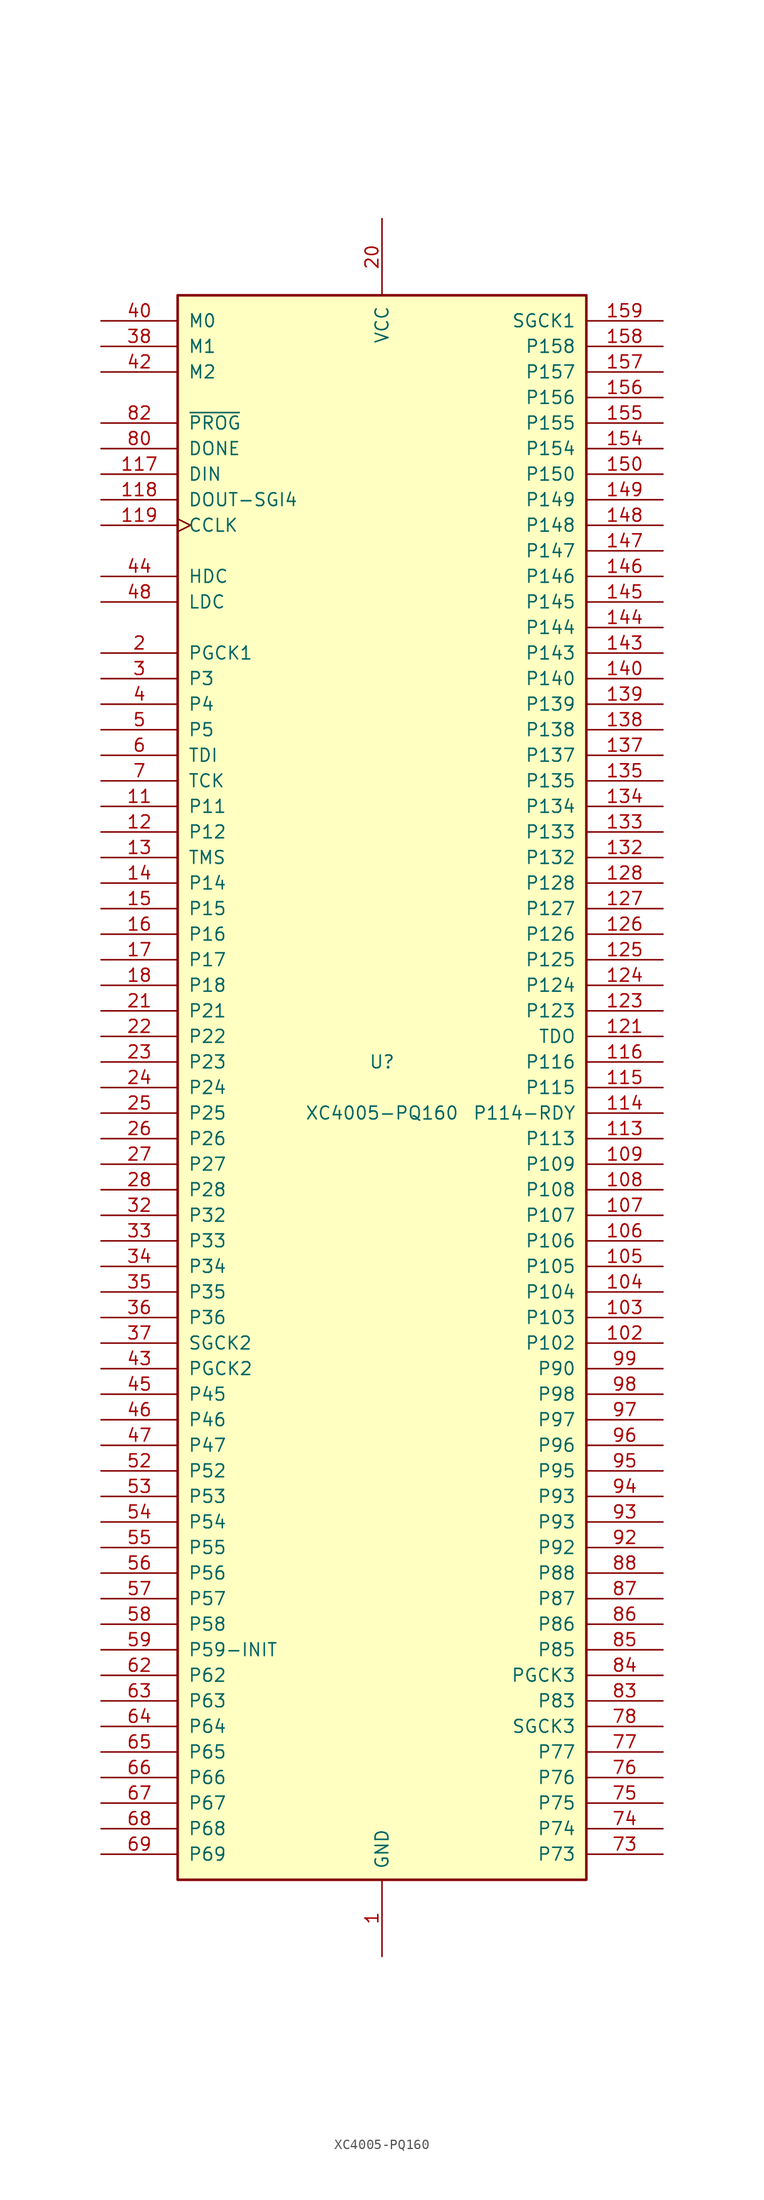
<source format=kicad_sym>
(kicad_symbol_lib
  (version 20231120)
  (generator "kicad_symbol_editor")
  (generator_version "8.0")
  (symbol "XC4005-PQ160"
    (pin_names
      (offset 1.016))
    (property "Reference" "U"
      (at 0 2.54 0)
      (effects (font (size 1.27 1.27))))
    (property "Value" "XC4005-PQ160"
      (at 0 -2.54 0)
      (effects (font (size 1.27 1.27))))
    (symbol "XC4005-PQ160_0_1"
      (rectangle (start -20.32 -78.74) (end 20.32 78.74) (stroke (width 0.254) (type default)) (fill (type background))))
    (symbol "XC4005-PQ160_1_1"
      (pin power_in line (at 0 -86.36 90) (length 7.62) (name "GND" (effects (font (size 1.27 1.27)))) (number "1" (effects (font (size 1.27 1.27)))))
      (pin passive line (at 0 -86.36 90) (length 7.62) hide (name "GND" (effects (font (size 1.27 1.27)))) (number "10" (effects (font (size 1.27 1.27)))))
      (pin passive line (at 0 86.36 270) (length 7.62) hide (name "VCC" (effects (font (size 1.27 1.27)))) (number "100" (effects (font (size 1.27 1.27)))))
      (pin passive line (at 0 -86.36 90) (length 7.62) hide (name "GND" (effects (font (size 1.27 1.27)))) (number "101" (effects (font (size 1.27 1.27)))))
      (pin passive line (at 27.94 -25.4 180) (length 7.62) (name "P102" (effects (font (size 1.27 1.27)))) (number "102" (effects (font (size 1.27 1.27)))))
      (pin passive line (at 27.94 -22.86 180) (length 7.62) (name "P103" (effects (font (size 1.27 1.27)))) (number "103" (effects (font (size 1.27 1.27)))))
      (pin passive line (at 27.94 -20.32 180) (length 7.62) (name "P104" (effects (font (size 1.27 1.27)))) (number "104" (effects (font (size 1.27 1.27)))))
      (pin passive line (at 27.94 -17.78 180) (length 7.62) (name "P105" (effects (font (size 1.27 1.27)))) (number "105" (effects (font (size 1.27 1.27)))))
      (pin passive line (at 27.94 -15.24 180) (length 7.62) (name "P106" (effects (font (size 1.27 1.27)))) (number "106" (effects (font (size 1.27 1.27)))))
      (pin passive line (at 27.94 -12.7 180) (length 7.62) (name "P107" (effects (font (size 1.27 1.27)))) (number "107" (effects (font (size 1.27 1.27)))))
      (pin passive line (at 27.94 -10.16 180) (length 7.62) (name "P108" (effects (font (size 1.27 1.27)))) (number "108" (effects (font (size 1.27 1.27)))))
      (pin passive line (at 27.94 -7.62 180) (length 7.62) (name "P109" (effects (font (size 1.27 1.27)))) (number "109" (effects (font (size 1.27 1.27)))))
      (pin passive line (at -27.94 27.94 0) (length 7.62) (name "P11" (effects (font (size 1.27 1.27)))) (number "11" (effects (font (size 1.27 1.27)))))
      (pin passive line (at 0 -86.36 90) (length 7.62) hide (name "GND" (effects (font (size 1.27 1.27)))) (number "110" (effects (font (size 1.27 1.27)))))
      (pin passive line (at 27.94 -5.08 180) (length 7.62) (name "P113" (effects (font (size 1.27 1.27)))) (number "113" (effects (font (size 1.27 1.27)))))
      (pin passive line (at 27.94 -2.54 180) (length 7.62) (name "P114-RDY" (effects (font (size 1.27 1.27)))) (number "114" (effects (font (size 1.27 1.27)))))
      (pin passive line (at 27.94 0 180) (length 7.62) (name "P115" (effects (font (size 1.27 1.27)))) (number "115" (effects (font (size 1.27 1.27)))))
      (pin passive line (at 27.94 2.54 180) (length 7.62) (name "P116" (effects (font (size 1.27 1.27)))) (number "116" (effects (font (size 1.27 1.27)))))
      (pin input line (at -27.94 60.96 0) (length 7.62) (name "DIN" (effects (font (size 1.27 1.27)))) (number "117" (effects (font (size 1.27 1.27)))))
      (pin passive line (at -27.94 58.42 0) (length 7.62) (name "DOUT-SGI4" (effects (font (size 1.27 1.27)))) (number "118" (effects (font (size 1.27 1.27)))))
      (pin passive clock (at -27.94 55.88 0) (length 7.62) (name "CCLK" (effects (font (size 1.27 1.27)))) (number "119" (effects (font (size 1.27 1.27)))))
      (pin passive line (at -27.94 25.4 0) (length 7.62) (name "P12" (effects (font (size 1.27 1.27)))) (number "12" (effects (font (size 1.27 1.27)))))
      (pin passive line (at 0 86.36 270) (length 7.62) hide (name "VCC" (effects (font (size 1.27 1.27)))) (number "120" (effects (font (size 1.27 1.27)))))
      (pin output line (at 27.94 5.08 180) (length 7.62) (name "TDO" (effects (font (size 1.27 1.27)))) (number "121" (effects (font (size 1.27 1.27)))))
      (pin passive line (at 0 -86.36 90) (length 7.62) hide (name "GND" (effects (font (size 1.27 1.27)))) (number "122" (effects (font (size 1.27 1.27)))))
      (pin passive line (at 27.94 7.62 180) (length 7.62) (name "P123" (effects (font (size 1.27 1.27)))) (number "123" (effects (font (size 1.27 1.27)))))
      (pin passive line (at 27.94 10.16 180) (length 7.62) (name "P124" (effects (font (size 1.27 1.27)))) (number "124" (effects (font (size 1.27 1.27)))))
      (pin passive line (at 27.94 12.7 180) (length 7.62) (name "P125" (effects (font (size 1.27 1.27)))) (number "125" (effects (font (size 1.27 1.27)))))
      (pin passive line (at 27.94 15.24 180) (length 7.62) (name "P126" (effects (font (size 1.27 1.27)))) (number "126" (effects (font (size 1.27 1.27)))))
      (pin passive line (at 27.94 17.78 180) (length 7.62) (name "P127" (effects (font (size 1.27 1.27)))) (number "127" (effects (font (size 1.27 1.27)))))
      (pin passive line (at 27.94 20.32 180) (length 7.62) (name "P128" (effects (font (size 1.27 1.27)))) (number "128" (effects (font (size 1.27 1.27)))))
      (pin passive line (at -27.94 22.86 0) (length 7.62) (name "TMS" (effects (font (size 1.27 1.27)))) (number "13" (effects (font (size 1.27 1.27)))))
      (pin passive line (at 0 -86.36 90) (length 7.62) hide (name "GND" (effects (font (size 1.27 1.27)))) (number "131" (effects (font (size 1.27 1.27)))))
      (pin passive line (at 27.94 22.86 180) (length 7.62) (name "P132" (effects (font (size 1.27 1.27)))) (number "132" (effects (font (size 1.27 1.27)))))
      (pin passive line (at 27.94 25.4 180) (length 7.62) (name "P133" (effects (font (size 1.27 1.27)))) (number "133" (effects (font (size 1.27 1.27)))))
      (pin passive line (at 27.94 27.94 180) (length 7.62) (name "P134" (effects (font (size 1.27 1.27)))) (number "134" (effects (font (size 1.27 1.27)))))
      (pin passive line (at 27.94 30.48 180) (length 7.62) (name "P135" (effects (font (size 1.27 1.27)))) (number "135" (effects (font (size 1.27 1.27)))))
      (pin passive line (at 27.94 33.02 180) (length 7.62) (name "P137" (effects (font (size 1.27 1.27)))) (number "137" (effects (font (size 1.27 1.27)))))
      (pin passive line (at 27.94 35.56 180) (length 7.62) (name "P138" (effects (font (size 1.27 1.27)))) (number "138" (effects (font (size 1.27 1.27)))))
      (pin passive line (at 27.94 38.1 180) (length 7.62) (name "P139" (effects (font (size 1.27 1.27)))) (number "139" (effects (font (size 1.27 1.27)))))
      (pin passive line (at -27.94 20.32 0) (length 7.62) (name "P14" (effects (font (size 1.27 1.27)))) (number "14" (effects (font (size 1.27 1.27)))))
      (pin passive line (at 27.94 40.64 180) (length 7.62) (name "P140" (effects (font (size 1.27 1.27)))) (number "140" (effects (font (size 1.27 1.27)))))
      (pin passive line (at 0 -86.36 90) (length 7.62) hide (name "GND" (effects (font (size 1.27 1.27)))) (number "141" (effects (font (size 1.27 1.27)))))
      (pin passive line (at 0 86.36 270) (length 7.62) hide (name "VCC" (effects (font (size 1.27 1.27)))) (number "142" (effects (font (size 1.27 1.27)))))
      (pin passive line (at 27.94 43.18 180) (length 7.62) (name "P143" (effects (font (size 1.27 1.27)))) (number "143" (effects (font (size 1.27 1.27)))))
      (pin passive line (at 27.94 45.72 180) (length 7.62) (name "P144" (effects (font (size 1.27 1.27)))) (number "144" (effects (font (size 1.27 1.27)))))
      (pin passive line (at 27.94 48.26 180) (length 7.62) (name "P145" (effects (font (size 1.27 1.27)))) (number "145" (effects (font (size 1.27 1.27)))))
      (pin passive line (at 27.94 50.8 180) (length 7.62) (name "P146" (effects (font (size 1.27 1.27)))) (number "146" (effects (font (size 1.27 1.27)))))
      (pin passive line (at 27.94 53.34 180) (length 7.62) (name "P147" (effects (font (size 1.27 1.27)))) (number "147" (effects (font (size 1.27 1.27)))))
      (pin passive line (at 27.94 55.88 180) (length 7.62) (name "P148" (effects (font (size 1.27 1.27)))) (number "148" (effects (font (size 1.27 1.27)))))
      (pin passive line (at 27.94 58.42 180) (length 7.62) (name "P149" (effects (font (size 1.27 1.27)))) (number "149" (effects (font (size 1.27 1.27)))))
      (pin passive line (at -27.94 17.78 0) (length 7.62) (name "P15" (effects (font (size 1.27 1.27)))) (number "15" (effects (font (size 1.27 1.27)))))
      (pin passive line (at 27.94 60.96 180) (length 7.62) (name "P150" (effects (font (size 1.27 1.27)))) (number "150" (effects (font (size 1.27 1.27)))))
      (pin passive line (at 0 -86.36 90) (length 7.62) hide (name "GND" (effects (font (size 1.27 1.27)))) (number "151" (effects (font (size 1.27 1.27)))))
      (pin passive line (at 27.94 63.5 180) (length 7.62) (name "P154" (effects (font (size 1.27 1.27)))) (number "154" (effects (font (size 1.27 1.27)))))
      (pin passive line (at 27.94 66.04 180) (length 7.62) (name "P155" (effects (font (size 1.27 1.27)))) (number "155" (effects (font (size 1.27 1.27)))))
      (pin passive line (at 27.94 68.58 180) (length 7.62) (name "P156" (effects (font (size 1.27 1.27)))) (number "156" (effects (font (size 1.27 1.27)))))
      (pin passive line (at 27.94 71.12 180) (length 7.62) (name "P157" (effects (font (size 1.27 1.27)))) (number "157" (effects (font (size 1.27 1.27)))))
      (pin passive line (at 27.94 73.66 180) (length 7.62) (name "P158" (effects (font (size 1.27 1.27)))) (number "158" (effects (font (size 1.27 1.27)))))
      (pin passive line (at 27.94 76.2 180) (length 7.62) (name "SGCK1" (effects (font (size 1.27 1.27)))) (number "159" (effects (font (size 1.27 1.27)))))
      (pin passive line (at -27.94 15.24 0) (length 7.62) (name "P16" (effects (font (size 1.27 1.27)))) (number "16" (effects (font (size 1.27 1.27)))))
      (pin passive line (at 0 86.36 270) (length 7.62) hide (name "VCC" (effects (font (size 1.27 1.27)))) (number "160" (effects (font (size 1.27 1.27)))))
      (pin passive line (at -27.94 12.7 0) (length 7.62) (name "P17" (effects (font (size 1.27 1.27)))) (number "17" (effects (font (size 1.27 1.27)))))
      (pin passive line (at -27.94 10.16 0) (length 7.62) (name "P18" (effects (font (size 1.27 1.27)))) (number "18" (effects (font (size 1.27 1.27)))))
      (pin passive line (at 0 -86.36 90) (length 7.62) hide (name "GND" (effects (font (size 1.27 1.27)))) (number "19" (effects (font (size 1.27 1.27)))))
      (pin bidirectional line (at -27.94 43.18 0) (length 7.62) (name "PGCK1" (effects (font (size 1.27 1.27)))) (number "2" (effects (font (size 1.27 1.27)))))
      (pin power_in line (at 0 86.36 270) (length 7.62) (name "VCC" (effects (font (size 1.27 1.27)))) (number "20" (effects (font (size 1.27 1.27)))))
      (pin passive line (at -27.94 7.62 0) (length 7.62) (name "P21" (effects (font (size 1.27 1.27)))) (number "21" (effects (font (size 1.27 1.27)))))
      (pin passive line (at -27.94 5.08 0) (length 7.62) (name "P22" (effects (font (size 1.27 1.27)))) (number "22" (effects (font (size 1.27 1.27)))))
      (pin passive line (at -27.94 2.54 0) (length 7.62) (name "P23" (effects (font (size 1.27 1.27)))) (number "23" (effects (font (size 1.27 1.27)))))
      (pin passive line (at -27.94 0 0) (length 7.62) (name "P24" (effects (font (size 1.27 1.27)))) (number "24" (effects (font (size 1.27 1.27)))))
      (pin passive line (at -27.94 -2.54 0) (length 7.62) (name "P25" (effects (font (size 1.27 1.27)))) (number "25" (effects (font (size 1.27 1.27)))))
      (pin passive line (at -27.94 -5.08 0) (length 7.62) (name "P26" (effects (font (size 1.27 1.27)))) (number "26" (effects (font (size 1.27 1.27)))))
      (pin passive line (at -27.94 -7.62 0) (length 7.62) (name "P27" (effects (font (size 1.27 1.27)))) (number "27" (effects (font (size 1.27 1.27)))))
      (pin passive line (at -27.94 -10.16 0) (length 7.62) (name "P28" (effects (font (size 1.27 1.27)))) (number "28" (effects (font (size 1.27 1.27)))))
      (pin passive line (at 0 -86.36 90) (length 7.62) hide (name "GND" (effects (font (size 1.27 1.27)))) (number "29" (effects (font (size 1.27 1.27)))))
      (pin passive line (at -27.94 40.64 0) (length 7.62) (name "P3" (effects (font (size 1.27 1.27)))) (number "3" (effects (font (size 1.27 1.27)))))
      (pin passive line (at -27.94 -12.7 0) (length 7.62) (name "P32" (effects (font (size 1.27 1.27)))) (number "32" (effects (font (size 1.27 1.27)))))
      (pin passive line (at -27.94 -15.24 0) (length 7.62) (name "P33" (effects (font (size 1.27 1.27)))) (number "33" (effects (font (size 1.27 1.27)))))
      (pin passive line (at -27.94 -17.78 0) (length 7.62) (name "P34" (effects (font (size 1.27 1.27)))) (number "34" (effects (font (size 1.27 1.27)))))
      (pin passive line (at -27.94 -20.32 0) (length 7.62) (name "P35" (effects (font (size 1.27 1.27)))) (number "35" (effects (font (size 1.27 1.27)))))
      (pin passive line (at -27.94 -22.86 0) (length 7.62) (name "P36" (effects (font (size 1.27 1.27)))) (number "36" (effects (font (size 1.27 1.27)))))
      (pin passive line (at -27.94 -25.4 0) (length 7.62) (name "SGCK2" (effects (font (size 1.27 1.27)))) (number "37" (effects (font (size 1.27 1.27)))))
      (pin input line (at -27.94 73.66 0) (length 7.62) (name "M1" (effects (font (size 1.27 1.27)))) (number "38" (effects (font (size 1.27 1.27)))))
      (pin passive line (at 0 -86.36 90) (length 7.62) hide (name "GND" (effects (font (size 1.27 1.27)))) (number "39" (effects (font (size 1.27 1.27)))))
      (pin passive line (at -27.94 38.1 0) (length 7.62) (name "P4" (effects (font (size 1.27 1.27)))) (number "4" (effects (font (size 1.27 1.27)))))
      (pin input line (at -27.94 76.2 0) (length 7.62) (name "M0" (effects (font (size 1.27 1.27)))) (number "40" (effects (font (size 1.27 1.27)))))
      (pin passive line (at 0 86.36 270) (length 7.62) hide (name "VCC" (effects (font (size 1.27 1.27)))) (number "41" (effects (font (size 1.27 1.27)))))
      (pin input line (at -27.94 71.12 0) (length 7.62) (name "M2" (effects (font (size 1.27 1.27)))) (number "42" (effects (font (size 1.27 1.27)))))
      (pin passive line (at -27.94 -27.94 0) (length 7.62) (name "PGCK2" (effects (font (size 1.27 1.27)))) (number "43" (effects (font (size 1.27 1.27)))))
      (pin passive line (at -27.94 50.8 0) (length 7.62) (name "HDC" (effects (font (size 1.27 1.27)))) (number "44" (effects (font (size 1.27 1.27)))))
      (pin passive line (at -27.94 -30.48 0) (length 7.62) (name "P45" (effects (font (size 1.27 1.27)))) (number "45" (effects (font (size 1.27 1.27)))))
      (pin passive line (at -27.94 -33.02 0) (length 7.62) (name "P46" (effects (font (size 1.27 1.27)))) (number "46" (effects (font (size 1.27 1.27)))))
      (pin passive line (at -27.94 -35.56 0) (length 7.62) (name "P47" (effects (font (size 1.27 1.27)))) (number "47" (effects (font (size 1.27 1.27)))))
      (pin passive line (at -27.94 48.26 0) (length 7.62) (name "LDC" (effects (font (size 1.27 1.27)))) (number "48" (effects (font (size 1.27 1.27)))))
      (pin passive line (at -27.94 35.56 0) (length 7.62) (name "P5" (effects (font (size 1.27 1.27)))) (number "5" (effects (font (size 1.27 1.27)))))
      (pin passive line (at 0 -86.36 90) (length 7.62) hide (name "GND" (effects (font (size 1.27 1.27)))) (number "51" (effects (font (size 1.27 1.27)))))
      (pin passive line (at -27.94 -38.1 0) (length 7.62) (name "P52" (effects (font (size 1.27 1.27)))) (number "52" (effects (font (size 1.27 1.27)))))
      (pin passive line (at -27.94 -40.64 0) (length 7.62) (name "P53" (effects (font (size 1.27 1.27)))) (number "53" (effects (font (size 1.27 1.27)))))
      (pin passive line (at -27.94 -43.18 0) (length 7.62) (name "P54" (effects (font (size 1.27 1.27)))) (number "54" (effects (font (size 1.27 1.27)))))
      (pin passive line (at -27.94 -45.72 0) (length 7.62) (name "P55" (effects (font (size 1.27 1.27)))) (number "55" (effects (font (size 1.27 1.27)))))
      (pin passive line (at -27.94 -48.26 0) (length 7.62) (name "P56" (effects (font (size 1.27 1.27)))) (number "56" (effects (font (size 1.27 1.27)))))
      (pin passive line (at -27.94 -50.8 0) (length 7.62) (name "P57" (effects (font (size 1.27 1.27)))) (number "57" (effects (font (size 1.27 1.27)))))
      (pin passive line (at -27.94 -53.34 0) (length 7.62) (name "P58" (effects (font (size 1.27 1.27)))) (number "58" (effects (font (size 1.27 1.27)))))
      (pin passive line (at -27.94 -55.88 0) (length 7.62) (name "P59-INIT" (effects (font (size 1.27 1.27)))) (number "59" (effects (font (size 1.27 1.27)))))
      (pin passive line (at -27.94 33.02 0) (length 7.62) (name "TDI" (effects (font (size 1.27 1.27)))) (number "6" (effects (font (size 1.27 1.27)))))
      (pin passive line (at 0 86.36 270) (length 7.62) hide (name "VCC" (effects (font (size 1.27 1.27)))) (number "60" (effects (font (size 1.27 1.27)))))
      (pin passive line (at 0 -86.36 90) (length 7.62) hide (name "GND" (effects (font (size 1.27 1.27)))) (number "61" (effects (font (size 1.27 1.27)))))
      (pin passive line (at -27.94 -58.42 0) (length 7.62) (name "P62" (effects (font (size 1.27 1.27)))) (number "62" (effects (font (size 1.27 1.27)))))
      (pin passive line (at -27.94 -60.96 0) (length 7.62) (name "P63" (effects (font (size 1.27 1.27)))) (number "63" (effects (font (size 1.27 1.27)))))
      (pin passive line (at -27.94 -63.5 0) (length 7.62) (name "P64" (effects (font (size 1.27 1.27)))) (number "64" (effects (font (size 1.27 1.27)))))
      (pin passive line (at -27.94 -66.04 0) (length 7.62) (name "P65" (effects (font (size 1.27 1.27)))) (number "65" (effects (font (size 1.27 1.27)))))
      (pin passive line (at -27.94 -68.58 0) (length 7.62) (name "P66" (effects (font (size 1.27 1.27)))) (number "66" (effects (font (size 1.27 1.27)))))
      (pin passive line (at -27.94 -71.12 0) (length 7.62) (name "P67" (effects (font (size 1.27 1.27)))) (number "67" (effects (font (size 1.27 1.27)))))
      (pin bidirectional line (at -27.94 -73.66 0) (length 7.62) (name "P68" (effects (font (size 1.27 1.27)))) (number "68" (effects (font (size 1.27 1.27)))))
      (pin passive line (at -27.94 -76.2 0) (length 7.62) (name "P69" (effects (font (size 1.27 1.27)))) (number "69" (effects (font (size 1.27 1.27)))))
      (pin passive line (at -27.94 30.48 0) (length 7.62) (name "TCK" (effects (font (size 1.27 1.27)))) (number "7" (effects (font (size 1.27 1.27)))))
      (pin passive line (at 0 -86.36 90) (length 7.62) hide (name "GND" (effects (font (size 1.27 1.27)))) (number "70" (effects (font (size 1.27 1.27)))))
      (pin passive line (at 27.94 -76.2 180) (length 7.62) (name "P73" (effects (font (size 1.27 1.27)))) (number "73" (effects (font (size 1.27 1.27)))))
      (pin passive line (at 27.94 -73.66 180) (length 7.62) (name "P74" (effects (font (size 1.27 1.27)))) (number "74" (effects (font (size 1.27 1.27)))))
      (pin passive line (at 27.94 -71.12 180) (length 7.62) (name "P75" (effects (font (size 1.27 1.27)))) (number "75" (effects (font (size 1.27 1.27)))))
      (pin passive line (at 27.94 -68.58 180) (length 7.62) (name "P76" (effects (font (size 1.27 1.27)))) (number "76" (effects (font (size 1.27 1.27)))))
      (pin passive line (at 27.94 -66.04 180) (length 7.62) (name "P77" (effects (font (size 1.27 1.27)))) (number "77" (effects (font (size 1.27 1.27)))))
      (pin passive line (at 27.94 -63.5 180) (length 7.62) (name "SGCK3" (effects (font (size 1.27 1.27)))) (number "78" (effects (font (size 1.27 1.27)))))
      (pin passive line (at 0 -86.36 90) (length 7.62) hide (name "GND" (effects (font (size 1.27 1.27)))) (number "79" (effects (font (size 1.27 1.27)))))
      (pin bidirectional line (at -27.94 63.5 0) (length 7.62) (name "DONE" (effects (font (size 1.27 1.27)))) (number "80" (effects (font (size 1.27 1.27)))))
      (pin passive line (at 0 86.36 270) (length 7.62) hide (name "VCC" (effects (font (size 1.27 1.27)))) (number "81" (effects (font (size 1.27 1.27)))))
      (pin input line (at -27.94 66.04 0) (length 7.62) (name "~{PROG}" (effects (font (size 1.27 1.27)))) (number "82" (effects (font (size 1.27 1.27)))))
      (pin passive line (at 27.94 -60.96 180) (length 7.62) (name "P83" (effects (font (size 1.27 1.27)))) (number "83" (effects (font (size 1.27 1.27)))))
      (pin passive line (at 27.94 -58.42 180) (length 7.62) (name "PGCK3" (effects (font (size 1.27 1.27)))) (number "84" (effects (font (size 1.27 1.27)))))
      (pin passive line (at 27.94 -55.88 180) (length 7.62) (name "P85" (effects (font (size 1.27 1.27)))) (number "85" (effects (font (size 1.27 1.27)))))
      (pin passive line (at 27.94 -53.34 180) (length 7.62) (name "P86" (effects (font (size 1.27 1.27)))) (number "86" (effects (font (size 1.27 1.27)))))
      (pin passive line (at 27.94 -50.8 180) (length 7.62) (name "P87" (effects (font (size 1.27 1.27)))) (number "87" (effects (font (size 1.27 1.27)))))
      (pin passive line (at 27.94 -48.26 180) (length 7.62) (name "P88" (effects (font (size 1.27 1.27)))) (number "88" (effects (font (size 1.27 1.27)))))
      (pin passive line (at 0 -86.36 90) (length 7.62) hide (name "GND" (effects (font (size 1.27 1.27)))) (number "91" (effects (font (size 1.27 1.27)))))
      (pin passive line (at 27.94 -45.72 180) (length 7.62) (name "P92" (effects (font (size 1.27 1.27)))) (number "92" (effects (font (size 1.27 1.27)))))
      (pin passive line (at 27.94 -43.18 180) (length 7.62) (name "P93" (effects (font (size 1.27 1.27)))) (number "93" (effects (font (size 1.27 1.27)))))
      (pin passive line (at 27.94 -40.64 180) (length 7.62) (name "P93" (effects (font (size 1.27 1.27)))) (number "94" (effects (font (size 1.27 1.27)))))
      (pin passive line (at 27.94 -38.1 180) (length 7.62) (name "P95" (effects (font (size 1.27 1.27)))) (number "95" (effects (font (size 1.27 1.27)))))
      (pin passive line (at 27.94 -35.56 180) (length 7.62) (name "P96" (effects (font (size 1.27 1.27)))) (number "96" (effects (font (size 1.27 1.27)))))
      (pin passive line (at 27.94 -33.02 180) (length 7.62) (name "P97" (effects (font (size 1.27 1.27)))) (number "97" (effects (font (size 1.27 1.27)))))
      (pin passive line (at 27.94 -30.48 180) (length 7.62) (name "P98" (effects (font (size 1.27 1.27)))) (number "98" (effects (font (size 1.27 1.27)))))
      (pin passive line (at 27.94 -27.94 180) (length 7.62) (name "P90" (effects (font (size 1.27 1.27)))) (number "99" (effects (font (size 1.27 1.27))))))))
</source>
